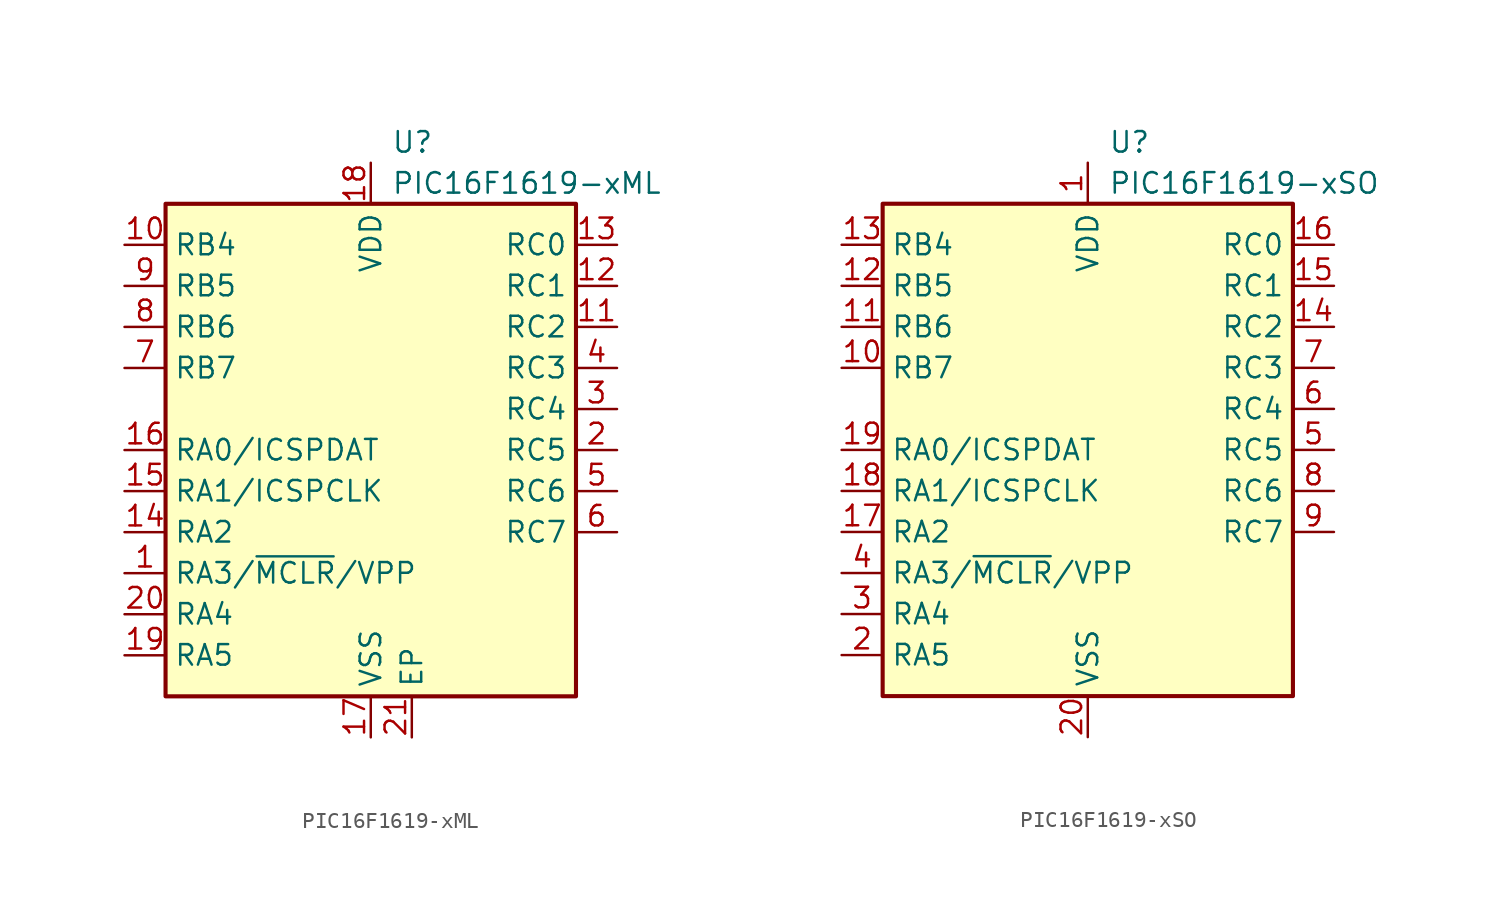
<source format=kicad_sym>
(kicad_symbol_lib
  (version 20211014)
  (generator kicad_symbol_editor)
  (symbol "PIC16F1619-xML"
    (property "Reference" "U"
      (at 1.27 19.05 0)
      (effects (font (size 1.27 1.27)) (justify left)))
    (property "Value" "PIC16F1619-xML"
      (at 1.27 16.51 0)
      (effects (font (size 1.27 1.27)) (justify left)))
    (symbol "PIC16F1619-xML_0_0"
      (pin passive line (at 2.54 -17.78 90) (length 2.54) (name "EP" (effects (font (size 1.27 1.27)))) (number "21" (effects (font (size 1.27 1.27))))))
    (symbol "PIC16F1619-xML_0_1"
      (rectangle (start -12.7 15.24) (end 12.7 -15.24) (stroke (width 0.254) (type default) (color 0 0 0 0)) (fill (type background))))
    (symbol "PIC16F1619-xML_1_1"
      (pin bidirectional line (at -15.24 -7.62 0) (length 2.54) (name "RA3/~{MCLR}/VPP" (effects (font (size 1.27 1.27)))) (number "1" (effects (font (size 1.27 1.27)))))
      (pin bidirectional line (at -15.24 12.7 0) (length 2.54) (name "RB4" (effects (font (size 1.27 1.27)))) (number "10" (effects (font (size 1.27 1.27)))))
      (pin bidirectional line (at 15.24 7.62 180) (length 2.54) (name "RC2" (effects (font (size 1.27 1.27)))) (number "11" (effects (font (size 1.27 1.27)))))
      (pin bidirectional line (at 15.24 10.16 180) (length 2.54) (name "RC1" (effects (font (size 1.27 1.27)))) (number "12" (effects (font (size 1.27 1.27)))))
      (pin bidirectional line (at 15.24 12.7 180) (length 2.54) (name "RC0" (effects (font (size 1.27 1.27)))) (number "13" (effects (font (size 1.27 1.27)))))
      (pin bidirectional line (at -15.24 -5.08 0) (length 2.54) (name "RA2" (effects (font (size 1.27 1.27)))) (number "14" (effects (font (size 1.27 1.27)))))
      (pin bidirectional line (at -15.24 -2.54 0) (length 2.54) (name "RA1/ICSPCLK" (effects (font (size 1.27 1.27)))) (number "15" (effects (font (size 1.27 1.27)))))
      (pin bidirectional line (at -15.24 0 0) (length 2.54) (name "RA0/ICSPDAT" (effects (font (size 1.27 1.27)))) (number "16" (effects (font (size 1.27 1.27)))))
      (pin power_in line (at 0 -17.78 90) (length 2.54) (name "VSS" (effects (font (size 1.27 1.27)))) (number "17" (effects (font (size 1.27 1.27)))))
      (pin power_in line (at 0 17.78 270) (length 2.54) (name "VDD" (effects (font (size 1.27 1.27)))) (number "18" (effects (font (size 1.27 1.27)))))
      (pin bidirectional line (at -15.24 -12.7 0) (length 2.54) (name "RA5" (effects (font (size 1.27 1.27)))) (number "19" (effects (font (size 1.27 1.27)))))
      (pin bidirectional line (at 15.24 0 180) (length 2.54) (name "RC5" (effects (font (size 1.27 1.27)))) (number "2" (effects (font (size 1.27 1.27)))))
      (pin bidirectional line (at -15.24 -10.16 0) (length 2.54) (name "RA4" (effects (font (size 1.27 1.27)))) (number "20" (effects (font (size 1.27 1.27)))))
      (pin bidirectional line (at 15.24 2.54 180) (length 2.54) (name "RC4" (effects (font (size 1.27 1.27)))) (number "3" (effects (font (size 1.27 1.27)))))
      (pin bidirectional line (at 15.24 5.08 180) (length 2.54) (name "RC3" (effects (font (size 1.27 1.27)))) (number "4" (effects (font (size 1.27 1.27)))))
      (pin bidirectional line (at 15.24 -2.54 180) (length 2.54) (name "RC6" (effects (font (size 1.27 1.27)))) (number "5" (effects (font (size 1.27 1.27)))))
      (pin bidirectional line (at 15.24 -5.08 180) (length 2.54) (name "RC7" (effects (font (size 1.27 1.27)))) (number "6" (effects (font (size 1.27 1.27)))))
      (pin bidirectional line (at -15.24 5.08 0) (length 2.54) (name "RB7" (effects (font (size 1.27 1.27)))) (number "7" (effects (font (size 1.27 1.27)))))
      (pin bidirectional line (at -15.24 7.62 0) (length 2.54) (name "RB6" (effects (font (size 1.27 1.27)))) (number "8" (effects (font (size 1.27 1.27)))))
      (pin bidirectional line (at -15.24 10.16 0) (length 2.54) (name "RB5" (effects (font (size 1.27 1.27)))) (number "9" (effects (font (size 1.27 1.27)))))))
  (symbol "PIC16F1619-xSO"
    (property "Reference" "U"
      (at 1.27 19.05 0)
      (effects (font (size 1.27 1.27)) (justify left)))
    (property "Value" "PIC16F1619-xSO"
      (at 1.27 16.51 0)
      (effects (font (size 1.27 1.27)) (justify left)))
    (symbol "PIC16F1619-xSO_0_1"
      (rectangle (start -12.7 15.24) (end 12.7 -15.24) (stroke (width 0.254) (type default) (color 0 0 0 0)) (fill (type background))))
    (symbol "PIC16F1619-xSO_1_1"
      (pin power_in line (at 0 17.78 270) (length 2.54) (name "VDD" (effects (font (size 1.27 1.27)))) (number "1" (effects (font (size 1.27 1.27)))))
      (pin bidirectional line (at -15.24 5.08 0) (length 2.54) (name "RB7" (effects (font (size 1.27 1.27)))) (number "10" (effects (font (size 1.27 1.27)))))
      (pin bidirectional line (at -15.24 7.62 0) (length 2.54) (name "RB6" (effects (font (size 1.27 1.27)))) (number "11" (effects (font (size 1.27 1.27)))))
      (pin bidirectional line (at -15.24 10.16 0) (length 2.54) (name "RB5" (effects (font (size 1.27 1.27)))) (number "12" (effects (font (size 1.27 1.27)))))
      (pin bidirectional line (at -15.24 12.7 0) (length 2.54) (name "RB4" (effects (font (size 1.27 1.27)))) (number "13" (effects (font (size 1.27 1.27)))))
      (pin bidirectional line (at 15.24 7.62 180) (length 2.54) (name "RC2" (effects (font (size 1.27 1.27)))) (number "14" (effects (font (size 1.27 1.27)))))
      (pin bidirectional line (at 15.24 10.16 180) (length 2.54) (name "RC1" (effects (font (size 1.27 1.27)))) (number "15" (effects (font (size 1.27 1.27)))))
      (pin bidirectional line (at 15.24 12.7 180) (length 2.54) (name "RC0" (effects (font (size 1.27 1.27)))) (number "16" (effects (font (size 1.27 1.27)))))
      (pin bidirectional line (at -15.24 -5.08 0) (length 2.54) (name "RA2" (effects (font (size 1.27 1.27)))) (number "17" (effects (font (size 1.27 1.27)))))
      (pin bidirectional line (at -15.24 -2.54 0) (length 2.54) (name "RA1/ICSPCLK" (effects (font (size 1.27 1.27)))) (number "18" (effects (font (size 1.27 1.27)))))
      (pin bidirectional line (at -15.24 0 0) (length 2.54) (name "RA0/ICSPDAT" (effects (font (size 1.27 1.27)))) (number "19" (effects (font (size 1.27 1.27)))))
      (pin bidirectional line (at -15.24 -12.7 0) (length 2.54) (name "RA5" (effects (font (size 1.27 1.27)))) (number "2" (effects (font (size 1.27 1.27)))))
      (pin power_in line (at 0 -17.78 90) (length 2.54) (name "VSS" (effects (font (size 1.27 1.27)))) (number "20" (effects (font (size 1.27 1.27)))))
      (pin bidirectional line (at -15.24 -10.16 0) (length 2.54) (name "RA4" (effects (font (size 1.27 1.27)))) (number "3" (effects (font (size 1.27 1.27)))))
      (pin bidirectional line (at -15.24 -7.62 0) (length 2.54) (name "RA3/~{MCLR}/VPP" (effects (font (size 1.27 1.27)))) (number "4" (effects (font (size 1.27 1.27)))))
      (pin bidirectional line (at 15.24 0 180) (length 2.54) (name "RC5" (effects (font (size 1.27 1.27)))) (number "5" (effects (font (size 1.27 1.27)))))
      (pin bidirectional line (at 15.24 2.54 180) (length 2.54) (name "RC4" (effects (font (size 1.27 1.27)))) (number "6" (effects (font (size 1.27 1.27)))))
      (pin bidirectional line (at 15.24 5.08 180) (length 2.54) (name "RC3" (effects (font (size 1.27 1.27)))) (number "7" (effects (font (size 1.27 1.27)))))
      (pin bidirectional line (at 15.24 -2.54 180) (length 2.54) (name "RC6" (effects (font (size 1.27 1.27)))) (number "8" (effects (font (size 1.27 1.27)))))
      (pin bidirectional line (at 15.24 -5.08 180) (length 2.54) (name "RC7" (effects (font (size 1.27 1.27)))) (number "9" (effects (font (size 1.27 1.27))))))))
</source>
